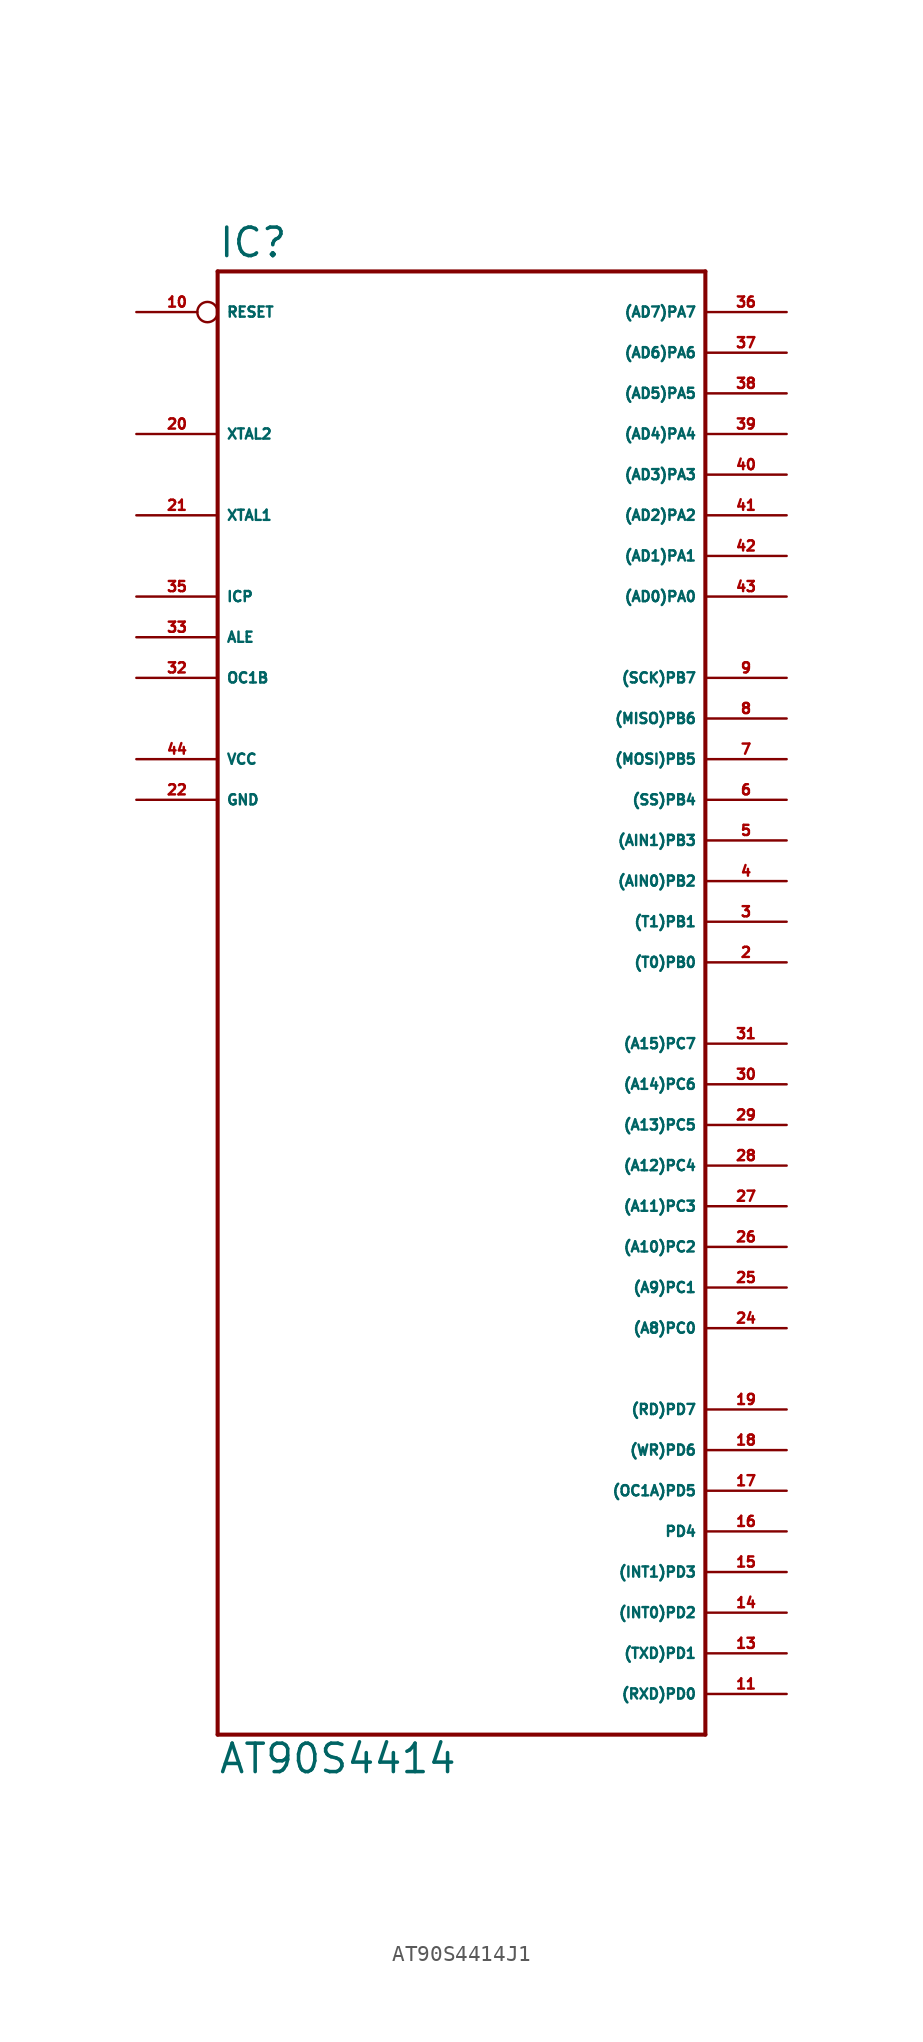
<source format=kicad_sym>
(kicad_symbol_lib
  (version 20220914)
  (generator Eagle2Kicad)
  (symbol "AT90S4414J1"
    (property "Reference" "IC"
      (at -15.24 36.322 0)
      (effects (font (size 1.778 1.778) (thickness 0.22)) (justify left bottom)))
    (property "Value" "AT90S4414"
      (at -15.24 -58.42 0)
      (effects (font (size 1.778 1.778) (thickness 0.22)) (justify left bottom)))
    (polyline
      (pts (xy -15.24 35.56) (xy 15.24 35.56))
      (stroke (width 0.254) (type default))
      (fill (type none)))
    (polyline
      (pts (xy 15.24 35.56) (xy 15.24 -55.88))
      (stroke (width 0.254) (type default))
      (fill (type none)))
    (polyline
      (pts (xy 15.24 -55.88) (xy -15.24 -55.88))
      (stroke (width 0.254) (type default))
      (fill (type none)))
    (polyline
      (pts (xy -15.24 -55.88) (xy -15.24 35.56))
      (stroke (width 0.254) (type default))
      (fill (type none)))
    (pin bidirectional line
      (at 20.32 33.02 180)
      (length 5.08)
      (name "(AD7)PA7" (effects (font (size 0.635 0.635) (thickness 0.08)) (justify left bottom)))
      (number "36" (effects (font (size 0.635 0.635) (thickness 0.08)) (justify left bottom))))
    (pin bidirectional line
      (at 20.32 30.48 180)
      (length 5.08)
      (name "(AD6)PA6" (effects (font (size 0.635 0.635) (thickness 0.08)) (justify left bottom)))
      (number "37" (effects (font (size 0.635 0.635) (thickness 0.08)) (justify left bottom))))
    (pin bidirectional line
      (at 20.32 27.94 180)
      (length 5.08)
      (name "(AD5)PA5" (effects (font (size 0.635 0.635) (thickness 0.08)) (justify left bottom)))
      (number "38" (effects (font (size 0.635 0.635) (thickness 0.08)) (justify left bottom))))
    (pin bidirectional line
      (at 20.32 25.4 180)
      (length 5.08)
      (name "(AD4)PA4" (effects (font (size 0.635 0.635) (thickness 0.08)) (justify left bottom)))
      (number "39" (effects (font (size 0.635 0.635) (thickness 0.08)) (justify left bottom))))
    (pin bidirectional line
      (at 20.32 22.86 180)
      (length 5.08)
      (name "(AD3)PA3" (effects (font (size 0.635 0.635) (thickness 0.08)) (justify left bottom)))
      (number "40" (effects (font (size 0.635 0.635) (thickness 0.08)) (justify left bottom))))
    (pin bidirectional line
      (at 20.32 20.32 180)
      (length 5.08)
      (name "(AD2)PA2" (effects (font (size 0.635 0.635) (thickness 0.08)) (justify left bottom)))
      (number "41" (effects (font (size 0.635 0.635) (thickness 0.08)) (justify left bottom))))
    (pin bidirectional line
      (at 20.32 17.78 180)
      (length 5.08)
      (name "(AD1)PA1" (effects (font (size 0.635 0.635) (thickness 0.08)) (justify left bottom)))
      (number "42" (effects (font (size 0.635 0.635) (thickness 0.08)) (justify left bottom))))
    (pin bidirectional line
      (at 20.32 15.24 180)
      (length 5.08)
      (name "(AD0)PA0" (effects (font (size 0.635 0.635) (thickness 0.08)) (justify left bottom)))
      (number "43" (effects (font (size 0.635 0.635) (thickness 0.08)) (justify left bottom))))
    (pin bidirectional line
      (at 20.32 10.16 180)
      (length 5.08)
      (name "(SCK)PB7" (effects (font (size 0.635 0.635) (thickness 0.08)) (justify left bottom)))
      (number "9" (effects (font (size 0.635 0.635) (thickness 0.08)) (justify left bottom))))
    (pin bidirectional line
      (at 20.32 7.62 180)
      (length 5.08)
      (name "(MISO)PB6" (effects (font (size 0.635 0.635) (thickness 0.08)) (justify left bottom)))
      (number "8" (effects (font (size 0.635 0.635) (thickness 0.08)) (justify left bottom))))
    (pin bidirectional line
      (at 20.32 5.08 180)
      (length 5.08)
      (name "(MOSI)PB5" (effects (font (size 0.635 0.635) (thickness 0.08)) (justify left bottom)))
      (number "7" (effects (font (size 0.635 0.635) (thickness 0.08)) (justify left bottom))))
    (pin bidirectional line
      (at 20.32 2.54 180)
      (length 5.08)
      (name "(SS)PB4" (effects (font (size 0.635 0.635) (thickness 0.08)) (justify left bottom)))
      (number "6" (effects (font (size 0.635 0.635) (thickness 0.08)) (justify left bottom))))
    (pin bidirectional line
      (at 20.32 0 180)
      (length 5.08)
      (name "(AIN1)PB3" (effects (font (size 0.635 0.635) (thickness 0.08)) (justify left bottom)))
      (number "5" (effects (font (size 0.635 0.635) (thickness 0.08)) (justify left bottom))))
    (pin bidirectional line
      (at 20.32 -2.54 180)
      (length 5.08)
      (name "(AIN0)PB2" (effects (font (size 0.635 0.635) (thickness 0.08)) (justify left bottom)))
      (number "4" (effects (font (size 0.635 0.635) (thickness 0.08)) (justify left bottom))))
    (pin bidirectional line
      (at 20.32 -5.08 180)
      (length 5.08)
      (name "(T1)PB1" (effects (font (size 0.635 0.635) (thickness 0.08)) (justify left bottom)))
      (number "3" (effects (font (size 0.635 0.635) (thickness 0.08)) (justify left bottom))))
    (pin bidirectional line
      (at 20.32 -7.62 180)
      (length 5.08)
      (name "(T0)PB0" (effects (font (size 0.635 0.635) (thickness 0.08)) (justify left bottom)))
      (number "2" (effects (font (size 0.635 0.635) (thickness 0.08)) (justify left bottom))))
    (pin bidirectional line
      (at 20.32 -12.7 180)
      (length 5.08)
      (name "(A15)PC7" (effects (font (size 0.635 0.635) (thickness 0.08)) (justify left bottom)))
      (number "31" (effects (font (size 0.635 0.635) (thickness 0.08)) (justify left bottom))))
    (pin bidirectional line
      (at 20.32 -15.24 180)
      (length 5.08)
      (name "(A14)PC6" (effects (font (size 0.635 0.635) (thickness 0.08)) (justify left bottom)))
      (number "30" (effects (font (size 0.635 0.635) (thickness 0.08)) (justify left bottom))))
    (pin bidirectional line
      (at 20.32 -17.78 180)
      (length 5.08)
      (name "(A13)PC5" (effects (font (size 0.635 0.635) (thickness 0.08)) (justify left bottom)))
      (number "29" (effects (font (size 0.635 0.635) (thickness 0.08)) (justify left bottom))))
    (pin bidirectional line
      (at 20.32 -20.32 180)
      (length 5.08)
      (name "(A12)PC4" (effects (font (size 0.635 0.635) (thickness 0.08)) (justify left bottom)))
      (number "28" (effects (font (size 0.635 0.635) (thickness 0.08)) (justify left bottom))))
    (pin bidirectional line
      (at 20.32 -22.86 180)
      (length 5.08)
      (name "(A11)PC3" (effects (font (size 0.635 0.635) (thickness 0.08)) (justify left bottom)))
      (number "27" (effects (font (size 0.635 0.635) (thickness 0.08)) (justify left bottom))))
    (pin bidirectional line
      (at 20.32 -25.4 180)
      (length 5.08)
      (name "(A10)PC2" (effects (font (size 0.635 0.635) (thickness 0.08)) (justify left bottom)))
      (number "26" (effects (font (size 0.635 0.635) (thickness 0.08)) (justify left bottom))))
    (pin bidirectional line
      (at 20.32 -27.94 180)
      (length 5.08)
      (name "(A9)PC1" (effects (font (size 0.635 0.635) (thickness 0.08)) (justify left bottom)))
      (number "25" (effects (font (size 0.635 0.635) (thickness 0.08)) (justify left bottom))))
    (pin bidirectional line
      (at 20.32 -30.48 180)
      (length 5.08)
      (name "(A8)PC0" (effects (font (size 0.635 0.635) (thickness 0.08)) (justify left bottom)))
      (number "24" (effects (font (size 0.635 0.635) (thickness 0.08)) (justify left bottom))))
    (pin bidirectional line
      (at -20.32 10.16 0)
      (length 5.08)
      (name "OC1B" (effects (font (size 0.635 0.635) (thickness 0.08)) (justify left bottom)))
      (number "32" (effects (font (size 0.635 0.635) (thickness 0.08)) (justify left bottom))))
    (pin bidirectional line
      (at -20.32 12.7 0)
      (length 5.08)
      (name "ALE" (effects (font (size 0.635 0.635) (thickness 0.08)) (justify left bottom)))
      (number "33" (effects (font (size 0.635 0.635) (thickness 0.08)) (justify left bottom))))
    (pin bidirectional line
      (at -20.32 15.24 0)
      (length 5.08)
      (name "ICP" (effects (font (size 0.635 0.635) (thickness 0.08)) (justify left bottom)))
      (number "35" (effects (font (size 0.635 0.635) (thickness 0.08)) (justify left bottom))))
    (pin bidirectional line
      (at -20.32 20.32 0)
      (length 5.08)
      (name "XTAL1" (effects (font (size 0.635 0.635) (thickness 0.08)) (justify left bottom)))
      (number "21" (effects (font (size 0.635 0.635) (thickness 0.08)) (justify left bottom))))
    (pin bidirectional line
      (at -20.32 25.4 0)
      (length 5.08)
      (name "XTAL2" (effects (font (size 0.635 0.635) (thickness 0.08)) (justify left bottom)))
      (number "20" (effects (font (size 0.635 0.635) (thickness 0.08)) (justify left bottom))))
    (pin unspecified line
      (at -20.32 5.08 0)
      (length 5.08)
      (name "VCC" (effects (font (size 0.635 0.635) (thickness 0.08)) (justify left bottom)))
      (number "44" (effects (font (size 0.635 0.635) (thickness 0.08)) (justify left bottom))))
    (pin unspecified line
      (at -20.32 2.54 0)
      (length 5.08)
      (name "GND" (effects (font (size 0.635 0.635) (thickness 0.08)) (justify left bottom)))
      (number "22" (effects (font (size 0.635 0.635) (thickness 0.08)) (justify left bottom))))
    (pin input inverted
      (at -20.32 33.02 0)
      (length 5.08)
      (name "RESET" (effects (font (size 0.635 0.635) (thickness 0.08)) (justify left bottom)))
      (number "10" (effects (font (size 0.635 0.635) (thickness 0.08)) (justify left bottom))))
    (pin bidirectional line
      (at 20.32 -53.34 180)
      (length 5.08)
      (name "(RXD)PD0" (effects (font (size 0.635 0.635) (thickness 0.08)) (justify left bottom)))
      (number "11" (effects (font (size 0.635 0.635) (thickness 0.08)) (justify left bottom))))
    (pin bidirectional line
      (at 20.32 -50.8 180)
      (length 5.08)
      (name "(TXD)PD1" (effects (font (size 0.635 0.635) (thickness 0.08)) (justify left bottom)))
      (number "13" (effects (font (size 0.635 0.635) (thickness 0.08)) (justify left bottom))))
    (pin bidirectional line
      (at 20.32 -48.26 180)
      (length 5.08)
      (name "(INT0)PD2" (effects (font (size 0.635 0.635) (thickness 0.08)) (justify left bottom)))
      (number "14" (effects (font (size 0.635 0.635) (thickness 0.08)) (justify left bottom))))
    (pin bidirectional line
      (at 20.32 -45.72 180)
      (length 5.08)
      (name "(INT1)PD3" (effects (font (size 0.635 0.635) (thickness 0.08)) (justify left bottom)))
      (number "15" (effects (font (size 0.635 0.635) (thickness 0.08)) (justify left bottom))))
    (pin bidirectional line
      (at 20.32 -43.18 180)
      (length 5.08)
      (name "PD4" (effects (font (size 0.635 0.635) (thickness 0.08)) (justify left bottom)))
      (number "16" (effects (font (size 0.635 0.635) (thickness 0.08)) (justify left bottom))))
    (pin bidirectional line
      (at 20.32 -40.64 180)
      (length 5.08)
      (name "(OC1A)PD5" (effects (font (size 0.635 0.635) (thickness 0.08)) (justify left bottom)))
      (number "17" (effects (font (size 0.635 0.635) (thickness 0.08)) (justify left bottom))))
    (pin bidirectional line
      (at 20.32 -38.1 180)
      (length 5.08)
      (name "(WR)PD6" (effects (font (size 0.635 0.635) (thickness 0.08)) (justify left bottom)))
      (number "18" (effects (font (size 0.635 0.635) (thickness 0.08)) (justify left bottom))))
    (pin bidirectional line
      (at 20.32 -35.56 180)
      (length 5.08)
      (name "(RD)PD7" (effects (font (size 0.635 0.635) (thickness 0.08)) (justify left bottom)))
      (number "19" (effects (font (size 0.635 0.635) (thickness 0.08)) (justify left bottom))))))
</source>
